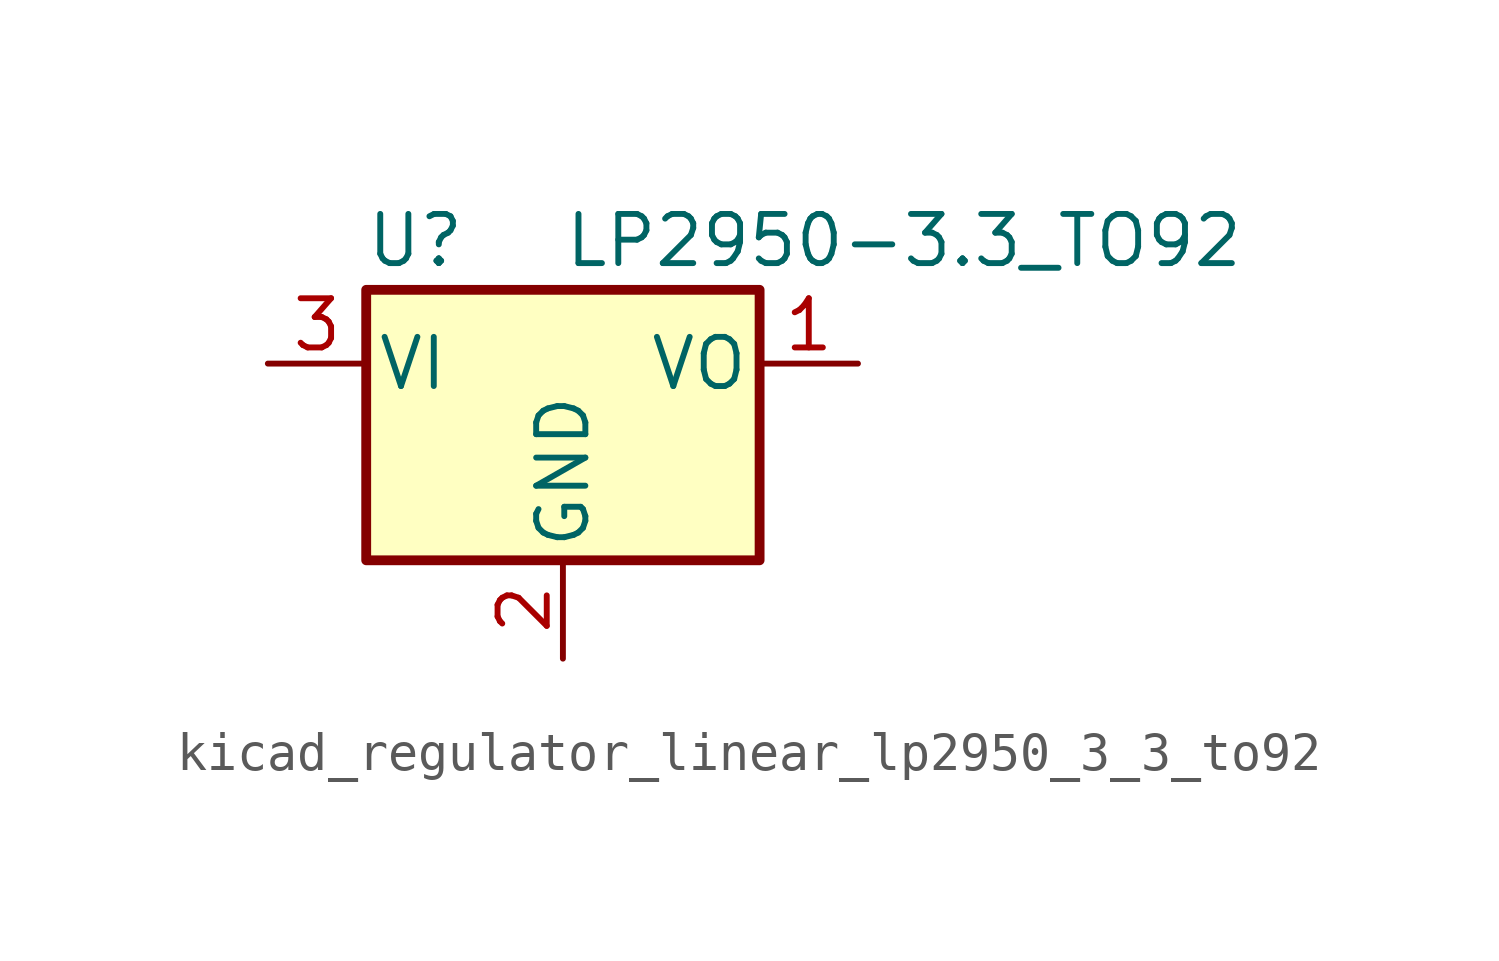
<source format=kicad_sym>
(kicad_symbol_lib
  (version 20220914)
  (generator kicad_symbol_editor)
  (symbol "kicad_regulator_linear_lp2950_3_3_to92"
    (pin_names
      (offset 0.254))
    (property "Reference" "U"
      (at -3.81 3.175 0)
      (effects (font (size 1.27 1.27))))
    (property "Value" "LP2950-3.3_TO92"
      (at 0 3.175 0)
      (effects (font (size 1.27 1.27)) (justify left)))
    (symbol "kicad_regulator_linear_lp2950_3_3_to92_0_1"
      (rectangle (start -5.08 -5.08) (end 5.08 1.905) (stroke (width 0.254) (type default)) (fill (type background))))
    (symbol "kicad_regulator_linear_lp2950_3_3_to92_1_1"
      (pin power_out line (at 7.62 0 180) (length 2.54) (name "VO" (effects (font (size 1.27 1.27)))) (number "1" (effects (font (size 1.27 1.27)))))
      (pin power_in line (at 0 -7.62 90) (length 2.54) (name "GND" (effects (font (size 1.27 1.27)))) (number "2" (effects (font (size 1.27 1.27)))))
      (pin power_in line (at -7.62 0 0) (length 2.54) (name "VI" (effects (font (size 1.27 1.27)))) (number "3" (effects (font (size 1.27 1.27))))))))
</source>
